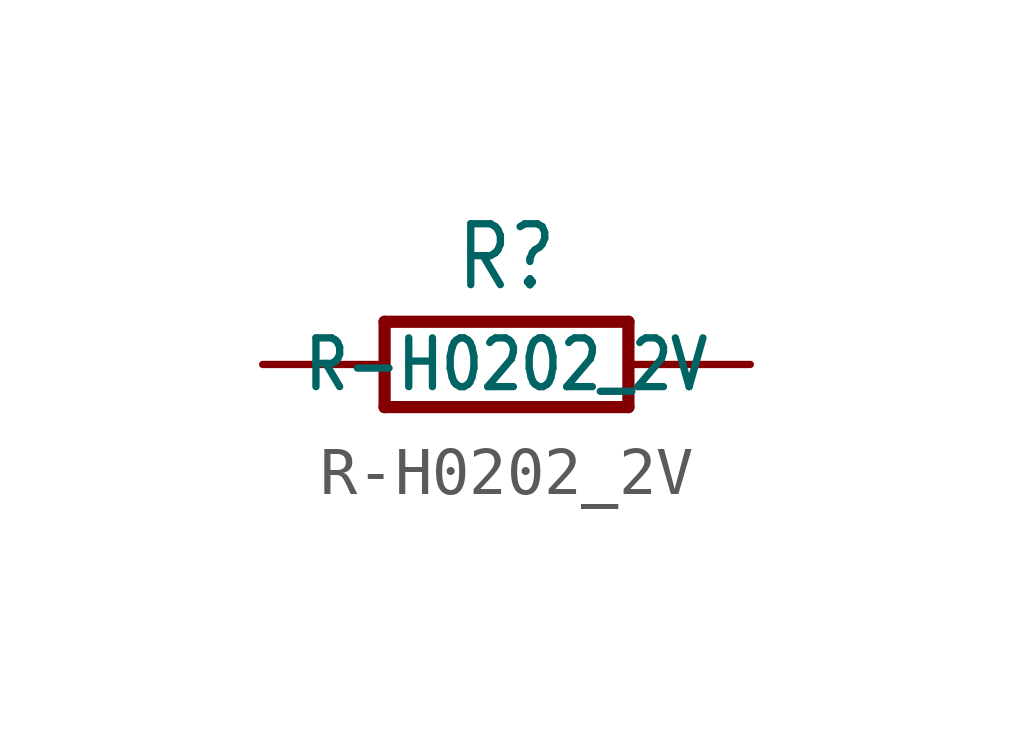
<source format=kicad_sym>
(kicad_symbol_lib
  (version 20201005)
  (generator kicad_symbol_editor)
  (symbol "R-H0202_2V"
    (property "Reference" "R"
      (at 0 1.499 0)
      (effects (font (size 1.27 1.079)) (justify bottom)))
    (property "Value" "R-H0202_2V"
      (at 0 0 0)
      (effects (font (size 1.016 0.864))))
    (property "ki_locked" ""
      (at 0 0 0)
      (effects (font (size 1.27 1.27))))
    (symbol "R-H0202_2V_1_0"
      (polyline (pts (xy -2.54 -0.889) (xy -2.54 0.889)) (stroke (width 0.254)) (fill (type none)))
      (polyline (pts (xy -2.54 -0.889) (xy 2.54 -0.889)) (stroke (width 0.254)) (fill (type none)))
      (polyline (pts (xy 2.54 -0.889) (xy 2.54 0.889)) (stroke (width 0.254)) (fill (type none)))
      (polyline (pts (xy 2.54 0.889) (xy -2.54 0.889)) (stroke (width 0.254)) (fill (type none)))
      (pin passive line (at -5.08 0 0) (length 2.54) (name "1" (effects (font (size 0 0)))) (number "1" (effects (font (size 0 0)))))
      (pin passive line (at 5.08 0 180) (length 2.54) (name "2" (effects (font (size 0 0)))) (number "2" (effects (font (size 0 0))))))))
</source>
